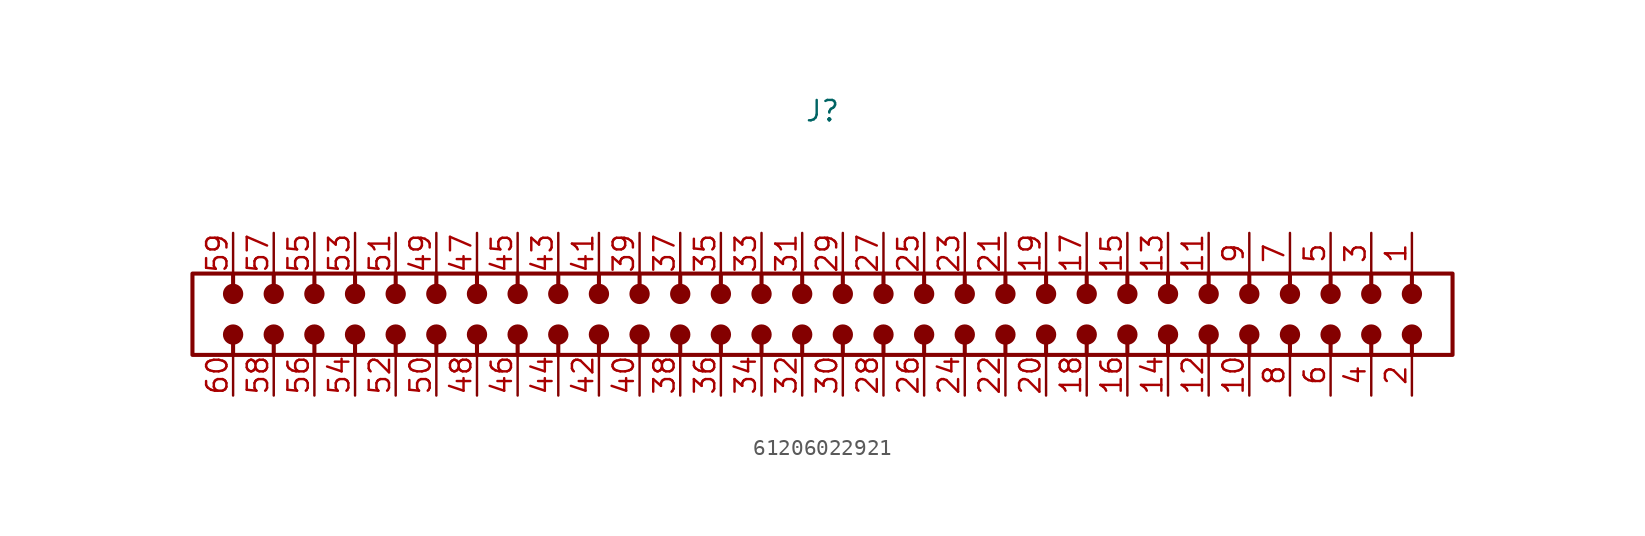
<source format=kicad_sym>
(kicad_symbol_lib
  (version 20241209)
  (generator "kicad_symbol_editor")
  (generator_version "9.0")
  (symbol "61206022921"
    (pin_names
      (hide yes))
    (property "Reference" "J"
      (at 0 12.7 0)
      (effects (font (size 1.27 1.27))))
    (symbol "61206022921_1_1"
      (rectangle (start -39.37 2.54) (end 39.37 -2.54) (stroke (width 0.254) (type solid)) (fill (type none)))
      (polyline (pts (xy -36.83 1.778) (xy -36.83 2.54)) (stroke (width 0.254) (type solid)) (fill (type none)))
      (circle (center -36.83 1.27) (radius 0.508) (stroke (width 0.254) (type solid)) (fill (type outline)))
      (circle (center -36.83 -1.27) (radius 0.508) (stroke (width 0.254) (type solid)) (fill (type outline)))
      (polyline (pts (xy -36.83 -1.778) (xy -36.83 -2.54)) (stroke (width 0.254) (type solid)) (fill (type none)))
      (polyline (pts (xy -34.29 1.778) (xy -34.29 2.54)) (stroke (width 0.254) (type solid)) (fill (type none)))
      (circle (center -34.29 1.27) (radius 0.508) (stroke (width 0.254) (type solid)) (fill (type outline)))
      (circle (center -34.29 -1.27) (radius 0.508) (stroke (width 0.254) (type solid)) (fill (type outline)))
      (polyline (pts (xy -34.29 -1.778) (xy -34.29 -2.54)) (stroke (width 0.254) (type solid)) (fill (type none)))
      (polyline (pts (xy -31.75 1.778) (xy -31.75 2.54)) (stroke (width 0.254) (type solid)) (fill (type none)))
      (circle (center -31.75 1.27) (radius 0.508) (stroke (width 0.254) (type solid)) (fill (type outline)))
      (circle (center -31.75 -1.27) (radius 0.508) (stroke (width 0.254) (type solid)) (fill (type outline)))
      (polyline (pts (xy -31.75 -1.778) (xy -31.75 -2.54)) (stroke (width 0.254) (type solid)) (fill (type none)))
      (polyline (pts (xy -29.21 1.778) (xy -29.21 2.54)) (stroke (width 0.254) (type solid)) (fill (type none)))
      (circle (center -29.21 1.27) (radius 0.508) (stroke (width 0.254) (type solid)) (fill (type outline)))
      (circle (center -29.21 -1.27) (radius 0.508) (stroke (width 0.254) (type solid)) (fill (type outline)))
      (polyline (pts (xy -29.21 -1.778) (xy -29.21 -2.54)) (stroke (width 0.254) (type solid)) (fill (type none)))
      (polyline (pts (xy -26.67 1.778) (xy -26.67 2.54)) (stroke (width 0.254) (type solid)) (fill (type none)))
      (circle (center -26.67 1.27) (radius 0.508) (stroke (width 0.254) (type solid)) (fill (type outline)))
      (circle (center -26.67 -1.27) (radius 0.508) (stroke (width 0.254) (type solid)) (fill (type outline)))
      (polyline (pts (xy -26.67 -1.778) (xy -26.67 -2.54)) (stroke (width 0.254) (type solid)) (fill (type none)))
      (polyline (pts (xy -24.13 1.778) (xy -24.13 2.54)) (stroke (width 0.254) (type solid)) (fill (type none)))
      (circle (center -24.13 1.27) (radius 0.508) (stroke (width 0.254) (type solid)) (fill (type outline)))
      (circle (center -24.13 -1.27) (radius 0.508) (stroke (width 0.254) (type solid)) (fill (type outline)))
      (polyline (pts (xy -24.13 -1.778) (xy -24.13 -2.54)) (stroke (width 0.254) (type solid)) (fill (type none)))
      (polyline (pts (xy -21.59 1.778) (xy -21.59 2.54)) (stroke (width 0.254) (type solid)) (fill (type none)))
      (circle (center -21.59 1.27) (radius 0.508) (stroke (width 0.254) (type solid)) (fill (type outline)))
      (circle (center -21.59 -1.27) (radius 0.508) (stroke (width 0.254) (type solid)) (fill (type outline)))
      (polyline (pts (xy -21.59 -1.778) (xy -21.59 -2.54)) (stroke (width 0.254) (type solid)) (fill (type none)))
      (polyline (pts (xy -19.05 1.778) (xy -19.05 2.54)) (stroke (width 0.254) (type solid)) (fill (type none)))
      (circle (center -19.05 1.27) (radius 0.508) (stroke (width 0.254) (type solid)) (fill (type outline)))
      (circle (center -19.05 -1.27) (radius 0.508) (stroke (width 0.254) (type solid)) (fill (type outline)))
      (polyline (pts (xy -19.05 -1.778) (xy -19.05 -2.54)) (stroke (width 0.254) (type solid)) (fill (type none)))
      (polyline (pts (xy -16.51 1.778) (xy -16.51 2.54)) (stroke (width 0.254) (type solid)) (fill (type none)))
      (circle (center -16.51 1.27) (radius 0.508) (stroke (width 0.254) (type solid)) (fill (type outline)))
      (circle (center -16.51 -1.27) (radius 0.508) (stroke (width 0.254) (type solid)) (fill (type outline)))
      (polyline (pts (xy -16.51 -1.778) (xy -16.51 -2.54)) (stroke (width 0.254) (type solid)) (fill (type none)))
      (polyline (pts (xy -13.97 1.778) (xy -13.97 2.54)) (stroke (width 0.254) (type solid)) (fill (type none)))
      (circle (center -13.97 1.27) (radius 0.508) (stroke (width 0.254) (type solid)) (fill (type outline)))
      (circle (center -13.97 -1.27) (radius 0.508) (stroke (width 0.254) (type solid)) (fill (type outline)))
      (polyline (pts (xy -13.97 -1.778) (xy -13.97 -2.54)) (stroke (width 0.254) (type solid)) (fill (type none)))
      (polyline (pts (xy -11.43 1.778) (xy -11.43 2.54)) (stroke (width 0.254) (type solid)) (fill (type none)))
      (circle (center -11.43 1.27) (radius 0.508) (stroke (width 0.254) (type solid)) (fill (type outline)))
      (circle (center -11.43 -1.27) (radius 0.508) (stroke (width 0.254) (type solid)) (fill (type outline)))
      (polyline (pts (xy -11.43 -1.778) (xy -11.43 -2.54)) (stroke (width 0.254) (type solid)) (fill (type none)))
      (polyline (pts (xy -8.89 1.778) (xy -8.89 2.54)) (stroke (width 0.254) (type solid)) (fill (type none)))
      (circle (center -8.89 1.27) (radius 0.508) (stroke (width 0.254) (type solid)) (fill (type outline)))
      (circle (center -8.89 -1.27) (radius 0.508) (stroke (width 0.254) (type solid)) (fill (type outline)))
      (polyline (pts (xy -8.89 -1.778) (xy -8.89 -2.54)) (stroke (width 0.254) (type solid)) (fill (type none)))
      (polyline (pts (xy -6.35 1.778) (xy -6.35 2.54)) (stroke (width 0.254) (type solid)) (fill (type none)))
      (circle (center -6.35 1.27) (radius 0.508) (stroke (width 0.254) (type solid)) (fill (type outline)))
      (circle (center -6.35 -1.27) (radius 0.508) (stroke (width 0.254) (type solid)) (fill (type outline)))
      (polyline (pts (xy -6.35 -1.778) (xy -6.35 -2.54)) (stroke (width 0.254) (type solid)) (fill (type none)))
      (polyline (pts (xy -3.81 1.778) (xy -3.81 2.54)) (stroke (width 0.254) (type solid)) (fill (type none)))
      (circle (center -3.81 1.27) (radius 0.508) (stroke (width 0.254) (type solid)) (fill (type outline)))
      (circle (center -3.81 -1.27) (radius 0.508) (stroke (width 0.254) (type solid)) (fill (type outline)))
      (polyline (pts (xy -3.81 -1.778) (xy -3.81 -2.54)) (stroke (width 0.254) (type solid)) (fill (type none)))
      (polyline (pts (xy -1.27 1.778) (xy -1.27 2.54)) (stroke (width 0.254) (type solid)) (fill (type none)))
      (circle (center -1.27 1.27) (radius 0.508) (stroke (width 0.254) (type solid)) (fill (type outline)))
      (circle (center -1.27 -1.27) (radius 0.508) (stroke (width 0.254) (type solid)) (fill (type outline)))
      (polyline (pts (xy -1.27 -1.778) (xy -1.27 -2.54)) (stroke (width 0.254) (type solid)) (fill (type none)))
      (polyline (pts (xy 1.27 1.778) (xy 1.27 2.54)) (stroke (width 0.254) (type solid)) (fill (type none)))
      (circle (center 1.27 1.27) (radius 0.508) (stroke (width 0.254) (type solid)) (fill (type outline)))
      (circle (center 1.27 -1.27) (radius 0.508) (stroke (width 0.254) (type solid)) (fill (type outline)))
      (polyline (pts (xy 1.27 -1.778) (xy 1.27 -2.54)) (stroke (width 0.254) (type solid)) (fill (type none)))
      (polyline (pts (xy 3.81 1.778) (xy 3.81 2.54)) (stroke (width 0.254) (type solid)) (fill (type none)))
      (circle (center 3.81 1.27) (radius 0.508) (stroke (width 0.254) (type solid)) (fill (type outline)))
      (circle (center 3.81 -1.27) (radius 0.508) (stroke (width 0.254) (type solid)) (fill (type outline)))
      (polyline (pts (xy 3.81 -1.778) (xy 3.81 -2.54)) (stroke (width 0.254) (type solid)) (fill (type none)))
      (polyline (pts (xy 6.35 1.778) (xy 6.35 2.54)) (stroke (width 0.254) (type solid)) (fill (type none)))
      (circle (center 6.35 1.27) (radius 0.508) (stroke (width 0.254) (type solid)) (fill (type outline)))
      (circle (center 6.35 -1.27) (radius 0.508) (stroke (width 0.254) (type solid)) (fill (type outline)))
      (polyline (pts (xy 6.35 -1.778) (xy 6.35 -2.54)) (stroke (width 0.254) (type solid)) (fill (type none)))
      (polyline (pts (xy 8.89 1.778) (xy 8.89 2.54)) (stroke (width 0.254) (type solid)) (fill (type none)))
      (circle (center 8.89 1.27) (radius 0.508) (stroke (width 0.254) (type solid)) (fill (type outline)))
      (circle (center 8.89 -1.27) (radius 0.508) (stroke (width 0.254) (type solid)) (fill (type outline)))
      (polyline (pts (xy 8.89 -1.778) (xy 8.89 -2.54)) (stroke (width 0.254) (type solid)) (fill (type none)))
      (polyline (pts (xy 11.43 1.778) (xy 11.43 2.54)) (stroke (width 0.254) (type solid)) (fill (type none)))
      (circle (center 11.43 1.27) (radius 0.508) (stroke (width 0.254) (type solid)) (fill (type outline)))
      (circle (center 11.43 -1.27) (radius 0.508) (stroke (width 0.254) (type solid)) (fill (type outline)))
      (polyline (pts (xy 11.43 -1.778) (xy 11.43 -2.54)) (stroke (width 0.254) (type solid)) (fill (type none)))
      (polyline (pts (xy 13.97 1.778) (xy 13.97 2.54)) (stroke (width 0.254) (type solid)) (fill (type none)))
      (circle (center 13.97 1.27) (radius 0.508) (stroke (width 0.254) (type solid)) (fill (type outline)))
      (circle (center 13.97 -1.27) (radius 0.508) (stroke (width 0.254) (type solid)) (fill (type outline)))
      (polyline (pts (xy 13.97 -1.778) (xy 13.97 -2.54)) (stroke (width 0.254) (type solid)) (fill (type none)))
      (polyline (pts (xy 16.51 1.778) (xy 16.51 2.54)) (stroke (width 0.254) (type solid)) (fill (type none)))
      (circle (center 16.51 1.27) (radius 0.508) (stroke (width 0.254) (type solid)) (fill (type outline)))
      (circle (center 16.51 -1.27) (radius 0.508) (stroke (width 0.254) (type solid)) (fill (type outline)))
      (polyline (pts (xy 16.51 -1.778) (xy 16.51 -2.54)) (stroke (width 0.254) (type solid)) (fill (type none)))
      (polyline (pts (xy 19.05 1.778) (xy 19.05 2.54)) (stroke (width 0.254) (type solid)) (fill (type none)))
      (circle (center 19.05 1.27) (radius 0.508) (stroke (width 0.254) (type solid)) (fill (type outline)))
      (circle (center 19.05 -1.27) (radius 0.508) (stroke (width 0.254) (type solid)) (fill (type outline)))
      (polyline (pts (xy 19.05 -1.778) (xy 19.05 -2.54)) (stroke (width 0.254) (type solid)) (fill (type none)))
      (polyline (pts (xy 21.59 1.778) (xy 21.59 2.54)) (stroke (width 0.254) (type solid)) (fill (type none)))
      (circle (center 21.59 1.27) (radius 0.508) (stroke (width 0.254) (type solid)) (fill (type outline)))
      (circle (center 21.59 -1.27) (radius 0.508) (stroke (width 0.254) (type solid)) (fill (type outline)))
      (polyline (pts (xy 21.59 -1.778) (xy 21.59 -2.54)) (stroke (width 0.254) (type solid)) (fill (type none)))
      (polyline (pts (xy 24.13 1.778) (xy 24.13 2.54)) (stroke (width 0.254) (type solid)) (fill (type none)))
      (circle (center 24.13 1.27) (radius 0.508) (stroke (width 0.254) (type solid)) (fill (type outline)))
      (circle (center 24.13 -1.27) (radius 0.508) (stroke (width 0.254) (type solid)) (fill (type outline)))
      (polyline (pts (xy 24.13 -1.778) (xy 24.13 -2.54)) (stroke (width 0.254) (type solid)) (fill (type none)))
      (polyline (pts (xy 26.67 1.778) (xy 26.67 2.54)) (stroke (width 0.254) (type solid)) (fill (type none)))
      (circle (center 26.67 1.27) (radius 0.508) (stroke (width 0.254) (type solid)) (fill (type outline)))
      (circle (center 26.67 -1.27) (radius 0.508) (stroke (width 0.254) (type solid)) (fill (type outline)))
      (polyline (pts (xy 26.67 -1.778) (xy 26.67 -2.54)) (stroke (width 0.254) (type solid)) (fill (type none)))
      (polyline (pts (xy 29.21 1.778) (xy 29.21 2.54)) (stroke (width 0.254) (type solid)) (fill (type none)))
      (circle (center 29.21 1.27) (radius 0.508) (stroke (width 0.254) (type solid)) (fill (type outline)))
      (circle (center 29.21 -1.27) (radius 0.508) (stroke (width 0.254) (type solid)) (fill (type outline)))
      (polyline (pts (xy 29.21 -1.778) (xy 29.21 -2.54)) (stroke (width 0.254) (type solid)) (fill (type none)))
      (polyline (pts (xy 31.75 1.778) (xy 31.75 2.54)) (stroke (width 0.254) (type solid)) (fill (type none)))
      (circle (center 31.75 1.27) (radius 0.508) (stroke (width 0.254) (type solid)) (fill (type outline)))
      (circle (center 31.75 -1.27) (radius 0.508) (stroke (width 0.254) (type solid)) (fill (type outline)))
      (polyline (pts (xy 31.75 -1.778) (xy 31.75 -2.54)) (stroke (width 0.254) (type solid)) (fill (type none)))
      (polyline (pts (xy 34.29 1.778) (xy 34.29 2.54)) (stroke (width 0.254) (type solid)) (fill (type none)))
      (circle (center 34.29 1.27) (radius 0.508) (stroke (width 0.254) (type solid)) (fill (type outline)))
      (circle (center 34.29 -1.27) (radius 0.508) (stroke (width 0.254) (type solid)) (fill (type outline)))
      (polyline (pts (xy 34.29 -1.778) (xy 34.29 -2.54)) (stroke (width 0.254) (type solid)) (fill (type none)))
      (polyline (pts (xy 36.83 1.778) (xy 36.83 2.54)) (stroke (width 0.254) (type solid)) (fill (type none)))
      (circle (center 36.83 1.27) (radius 0.508) (stroke (width 0.254) (type solid)) (fill (type outline)))
      (circle (center 36.83 -1.27) (radius 0.508) (stroke (width 0.254) (type solid)) (fill (type outline)))
      (polyline (pts (xy 36.83 -1.778) (xy 36.83 -2.54)) (stroke (width 0.254) (type solid)) (fill (type none)))
      (pin passive line (at -36.83 5.08 270) (length 2.54) (name "59" (effects (font (size 1.27 1.27)))) (number "59" (effects (font (size 1.27 1.27)))))
      (pin passive line (at -36.83 -5.08 90) (length 2.54) (name "60" (effects (font (size 1.27 1.27)))) (number "60" (effects (font (size 1.27 1.27)))))
      (pin passive line (at -34.29 5.08 270) (length 2.54) (name "57" (effects (font (size 1.27 1.27)))) (number "57" (effects (font (size 1.27 1.27)))))
      (pin passive line (at -34.29 -5.08 90) (length 2.54) (name "58" (effects (font (size 1.27 1.27)))) (number "58" (effects (font (size 1.27 1.27)))))
      (pin passive line (at -31.75 5.08 270) (length 2.54) (name "55" (effects (font (size 1.27 1.27)))) (number "55" (effects (font (size 1.27 1.27)))))
      (pin passive line (at -31.75 -5.08 90) (length 2.54) (name "56" (effects (font (size 1.27 1.27)))) (number "56" (effects (font (size 1.27 1.27)))))
      (pin passive line (at -29.21 5.08 270) (length 2.54) (name "53" (effects (font (size 1.27 1.27)))) (number "53" (effects (font (size 1.27 1.27)))))
      (pin passive line (at -29.21 -5.08 90) (length 2.54) (name "54" (effects (font (size 1.27 1.27)))) (number "54" (effects (font (size 1.27 1.27)))))
      (pin passive line (at -26.67 5.08 270) (length 2.54) (name "51" (effects (font (size 1.27 1.27)))) (number "51" (effects (font (size 1.27 1.27)))))
      (pin passive line (at -26.67 -5.08 90) (length 2.54) (name "52" (effects (font (size 1.27 1.27)))) (number "52" (effects (font (size 1.27 1.27)))))
      (pin passive line (at -24.13 5.08 270) (length 2.54) (name "49" (effects (font (size 1.27 1.27)))) (number "49" (effects (font (size 1.27 1.27)))))
      (pin passive line (at -24.13 -5.08 90) (length 2.54) (name "50" (effects (font (size 1.27 1.27)))) (number "50" (effects (font (size 1.27 1.27)))))
      (pin passive line (at -21.59 5.08 270) (length 2.54) (name "47" (effects (font (size 1.27 1.27)))) (number "47" (effects (font (size 1.27 1.27)))))
      (pin passive line (at -21.59 -5.08 90) (length 2.54) (name "48" (effects (font (size 1.27 1.27)))) (number "48" (effects (font (size 1.27 1.27)))))
      (pin passive line (at -19.05 5.08 270) (length 2.54) (name "45" (effects (font (size 1.27 1.27)))) (number "45" (effects (font (size 1.27 1.27)))))
      (pin passive line (at -19.05 -5.08 90) (length 2.54) (name "46" (effects (font (size 1.27 1.27)))) (number "46" (effects (font (size 1.27 1.27)))))
      (pin passive line (at -16.51 5.08 270) (length 2.54) (name "43" (effects (font (size 1.27 1.27)))) (number "43" (effects (font (size 1.27 1.27)))))
      (pin passive line (at -16.51 -5.08 90) (length 2.54) (name "44" (effects (font (size 1.27 1.27)))) (number "44" (effects (font (size 1.27 1.27)))))
      (pin passive line (at -13.97 5.08 270) (length 2.54) (name "41" (effects (font (size 1.27 1.27)))) (number "41" (effects (font (size 1.27 1.27)))))
      (pin passive line (at -13.97 -5.08 90) (length 2.54) (name "42" (effects (font (size 1.27 1.27)))) (number "42" (effects (font (size 1.27 1.27)))))
      (pin passive line (at -11.43 5.08 270) (length 2.54) (name "39" (effects (font (size 1.27 1.27)))) (number "39" (effects (font (size 1.27 1.27)))))
      (pin passive line (at -11.43 -5.08 90) (length 2.54) (name "40" (effects (font (size 1.27 1.27)))) (number "40" (effects (font (size 1.27 1.27)))))
      (pin passive line (at -8.89 5.08 270) (length 2.54) (name "37" (effects (font (size 1.27 1.27)))) (number "37" (effects (font (size 1.27 1.27)))))
      (pin passive line (at -8.89 -5.08 90) (length 2.54) (name "38" (effects (font (size 1.27 1.27)))) (number "38" (effects (font (size 1.27 1.27)))))
      (pin passive line (at -6.35 5.08 270) (length 2.54) (name "35" (effects (font (size 1.27 1.27)))) (number "35" (effects (font (size 1.27 1.27)))))
      (pin passive line (at -6.35 -5.08 90) (length 2.54) (name "36" (effects (font (size 1.27 1.27)))) (number "36" (effects (font (size 1.27 1.27)))))
      (pin passive line (at -3.81 5.08 270) (length 2.54) (name "33" (effects (font (size 1.27 1.27)))) (number "33" (effects (font (size 1.27 1.27)))))
      (pin passive line (at -3.81 -5.08 90) (length 2.54) (name "34" (effects (font (size 1.27 1.27)))) (number "34" (effects (font (size 1.27 1.27)))))
      (pin passive line (at -1.27 5.08 270) (length 2.54) (name "31" (effects (font (size 1.27 1.27)))) (number "31" (effects (font (size 1.27 1.27)))))
      (pin passive line (at -1.27 -5.08 90) (length 2.54) (name "32" (effects (font (size 1.27 1.27)))) (number "32" (effects (font (size 1.27 1.27)))))
      (pin passive line (at 1.27 5.08 270) (length 2.54) (name "29" (effects (font (size 1.27 1.27)))) (number "29" (effects (font (size 1.27 1.27)))))
      (pin passive line (at 1.27 -5.08 90) (length 2.54) (name "30" (effects (font (size 1.27 1.27)))) (number "30" (effects (font (size 1.27 1.27)))))
      (pin passive line (at 3.81 5.08 270) (length 2.54) (name "27" (effects (font (size 1.27 1.27)))) (number "27" (effects (font (size 1.27 1.27)))))
      (pin passive line (at 3.81 -5.08 90) (length 2.54) (name "28" (effects (font (size 1.27 1.27)))) (number "28" (effects (font (size 1.27 1.27)))))
      (pin passive line (at 6.35 5.08 270) (length 2.54) (name "25" (effects (font (size 1.27 1.27)))) (number "25" (effects (font (size 1.27 1.27)))))
      (pin passive line (at 6.35 -5.08 90) (length 2.54) (name "26" (effects (font (size 1.27 1.27)))) (number "26" (effects (font (size 1.27 1.27)))))
      (pin passive line (at 8.89 5.08 270) (length 2.54) (name "23" (effects (font (size 1.27 1.27)))) (number "23" (effects (font (size 1.27 1.27)))))
      (pin passive line (at 8.89 -5.08 90) (length 2.54) (name "24" (effects (font (size 1.27 1.27)))) (number "24" (effects (font (size 1.27 1.27)))))
      (pin passive line (at 11.43 5.08 270) (length 2.54) (name "21" (effects (font (size 1.27 1.27)))) (number "21" (effects (font (size 1.27 1.27)))))
      (pin passive line (at 11.43 -5.08 90) (length 2.54) (name "22" (effects (font (size 1.27 1.27)))) (number "22" (effects (font (size 1.27 1.27)))))
      (pin passive line (at 13.97 5.08 270) (length 2.54) (name "19" (effects (font (size 1.27 1.27)))) (number "19" (effects (font (size 1.27 1.27)))))
      (pin passive line (at 13.97 -5.08 90) (length 2.54) (name "20" (effects (font (size 1.27 1.27)))) (number "20" (effects (font (size 1.27 1.27)))))
      (pin passive line (at 16.51 5.08 270) (length 2.54) (name "17" (effects (font (size 1.27 1.27)))) (number "17" (effects (font (size 1.27 1.27)))))
      (pin passive line (at 16.51 -5.08 90) (length 2.54) (name "18" (effects (font (size 1.27 1.27)))) (number "18" (effects (font (size 1.27 1.27)))))
      (pin passive line (at 19.05 5.08 270) (length 2.54) (name "15" (effects (font (size 1.27 1.27)))) (number "15" (effects (font (size 1.27 1.27)))))
      (pin passive line (at 19.05 -5.08 90) (length 2.54) (name "16" (effects (font (size 1.27 1.27)))) (number "16" (effects (font (size 1.27 1.27)))))
      (pin passive line (at 21.59 5.08 270) (length 2.54) (name "13" (effects (font (size 1.27 1.27)))) (number "13" (effects (font (size 1.27 1.27)))))
      (pin passive line (at 21.59 -5.08 90) (length 2.54) (name "14" (effects (font (size 1.27 1.27)))) (number "14" (effects (font (size 1.27 1.27)))))
      (pin passive line (at 24.13 5.08 270) (length 2.54) (name "11" (effects (font (size 1.27 1.27)))) (number "11" (effects (font (size 1.27 1.27)))))
      (pin passive line (at 24.13 -5.08 90) (length 2.54) (name "12" (effects (font (size 1.27 1.27)))) (number "12" (effects (font (size 1.27 1.27)))))
      (pin passive line (at 26.67 5.08 270) (length 2.54) (name "9" (effects (font (size 1.27 1.27)))) (number "9" (effects (font (size 1.27 1.27)))))
      (pin passive line (at 26.67 -5.08 90) (length 2.54) (name "10" (effects (font (size 1.27 1.27)))) (number "10" (effects (font (size 1.27 1.27)))))
      (pin passive line (at 29.21 5.08 270) (length 2.54) (name "7" (effects (font (size 1.27 1.27)))) (number "7" (effects (font (size 1.27 1.27)))))
      (pin passive line (at 29.21 -5.08 90) (length 2.54) (name "8" (effects (font (size 1.27 1.27)))) (number "8" (effects (font (size 1.27 1.27)))))
      (pin passive line (at 31.75 5.08 270) (length 2.54) (name "5" (effects (font (size 1.27 1.27)))) (number "5" (effects (font (size 1.27 1.27)))))
      (pin passive line (at 31.75 -5.08 90) (length 2.54) (name "6" (effects (font (size 1.27 1.27)))) (number "6" (effects (font (size 1.27 1.27)))))
      (pin passive line (at 34.29 5.08 270) (length 2.54) (name "3" (effects (font (size 1.27 1.27)))) (number "3" (effects (font (size 1.27 1.27)))))
      (pin passive line (at 34.29 -5.08 90) (length 2.54) (name "4" (effects (font (size 1.27 1.27)))) (number "4" (effects (font (size 1.27 1.27)))))
      (pin passive line (at 36.83 5.08 270) (length 2.54) (name "1" (effects (font (size 1.27 1.27)))) (number "1" (effects (font (size 1.27 1.27)))))
      (pin passive line (at 36.83 -5.08 90) (length 2.54) (name "2" (effects (font (size 1.27 1.27)))) (number "2" (effects (font (size 1.27 1.27))))))))
</source>
